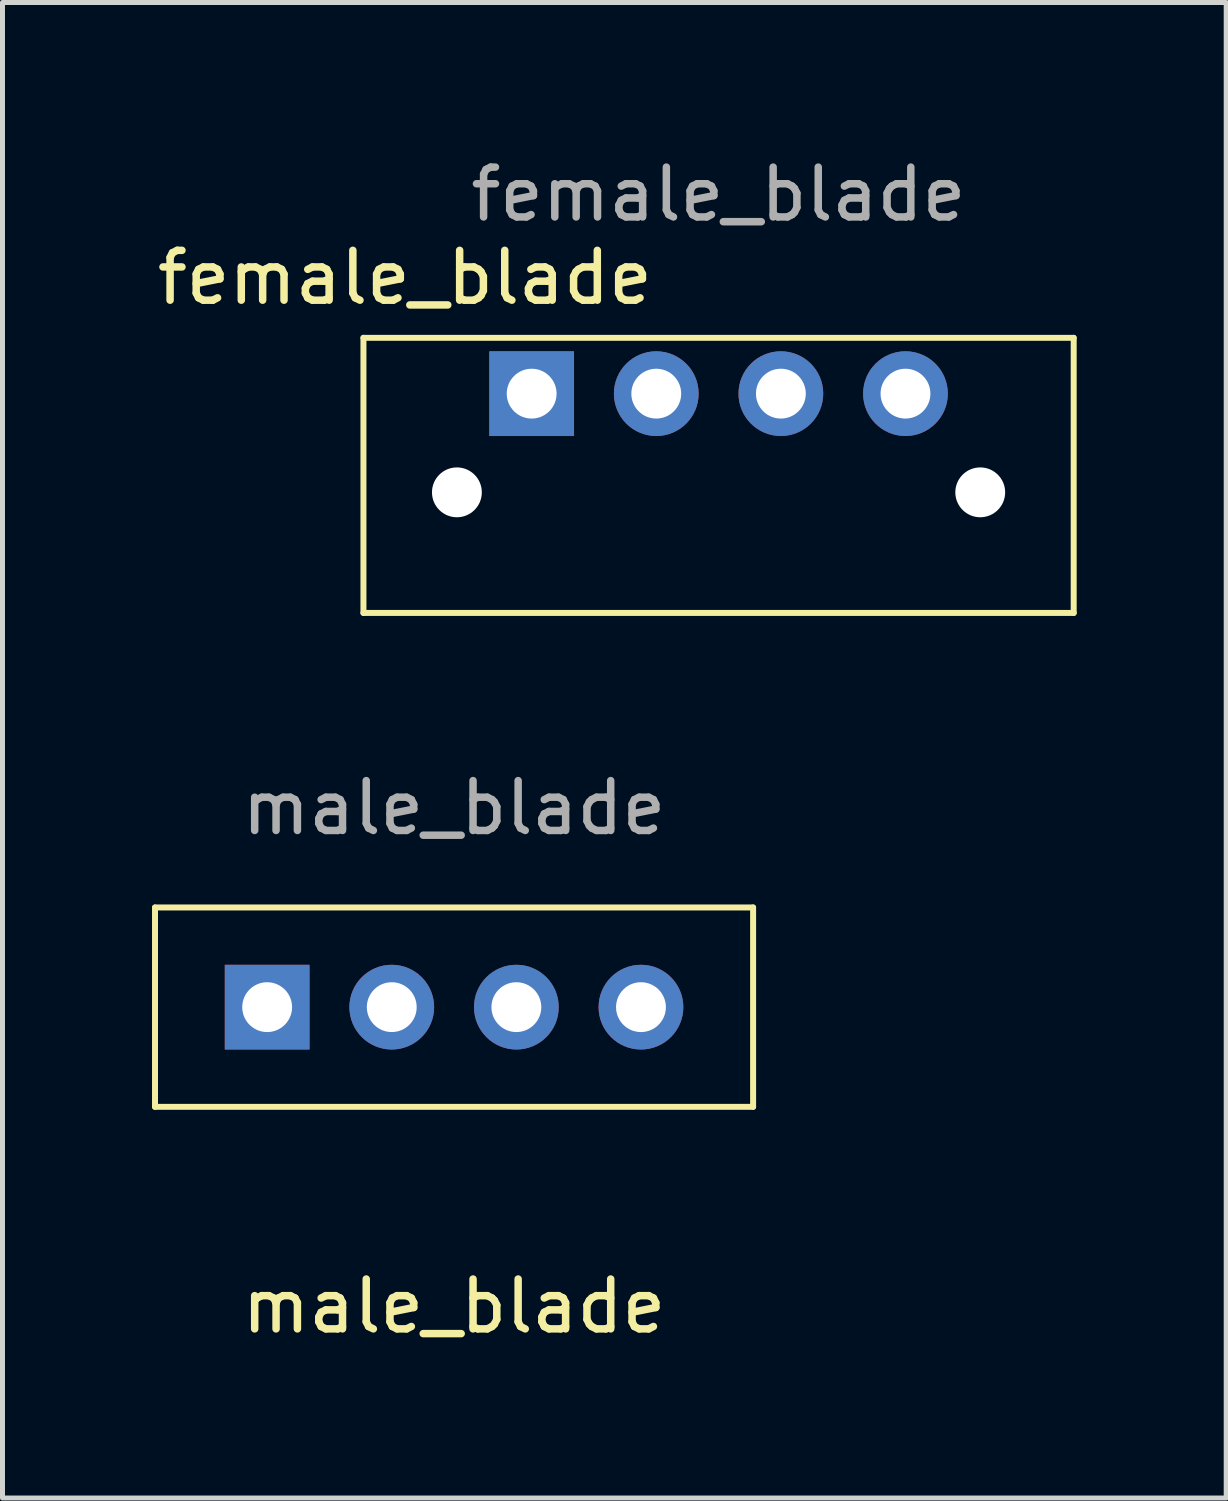
<source format=kicad_pcb>
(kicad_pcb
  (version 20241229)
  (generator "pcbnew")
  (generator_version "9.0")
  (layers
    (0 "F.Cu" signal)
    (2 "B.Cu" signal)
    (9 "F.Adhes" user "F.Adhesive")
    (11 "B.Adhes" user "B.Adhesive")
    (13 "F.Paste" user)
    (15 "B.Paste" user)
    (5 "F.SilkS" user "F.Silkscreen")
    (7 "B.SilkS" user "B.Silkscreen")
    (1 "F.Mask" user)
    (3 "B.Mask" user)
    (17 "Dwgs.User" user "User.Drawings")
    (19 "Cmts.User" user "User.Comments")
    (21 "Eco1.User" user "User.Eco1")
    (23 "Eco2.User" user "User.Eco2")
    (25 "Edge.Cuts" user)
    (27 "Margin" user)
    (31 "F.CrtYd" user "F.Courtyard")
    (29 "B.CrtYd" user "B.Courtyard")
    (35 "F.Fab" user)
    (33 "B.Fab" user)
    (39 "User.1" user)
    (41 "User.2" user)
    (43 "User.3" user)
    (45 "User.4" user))
  (footprint "male_blade"
    (layer "F.Cu")
    (at 6.06 17.157)
    (property "Reference" "male_blade" (at 0 6 180) (layer "F.SilkS") (effects (font (size 1 1) (thickness 0.15))))
    (attr through_hole)
    (fp_line (start -6 -2) (end 6 -2) (stroke (width 0.12) (type solid)) (layer "F.SilkS"))
    (fp_line (start -6 2) (end -6 -2) (stroke (width 0.12) (type solid)) (layer "F.SilkS"))
    (fp_line (start -6 2) (end 6 2) (stroke (width 0.12) (type solid)) (layer "F.SilkS"))
    (fp_line (start 6 2) (end 6 -2) (stroke (width 0.12) (type solid)) (layer "F.SilkS"))
    (fp_text user "${REFERENCE}" (at 0 -4 180) (layer "F.Fab") (effects (font (size 1 1) (thickness 0.15))))
    (pad "1" thru_hole rect (at -3.75 0 90) (size 1.7 1.7) (drill 1) (layers "*.Cu" "*.Mask"))
    (pad "2" thru_hole circle (at -1.25 0 90) (size 1.7 1.7) (drill 1) (layers "*.Cu" "*.Mask"))
    (pad "3" thru_hole circle (at 1.25 0 90) (size 1.7 1.7) (drill 1) (layers "*.Cu" "*.Mask"))
    (pad "4" thru_hole circle (at 3.75 0 90) (size 1.7 1.7) (drill 1) (layers "*.Cu" "*.Mask")))
  (footprint "female_blade"
    (layer "F.Cu")
    (at 11.367 4.848)
    (property "Reference" "female_blade" (at -6.29 -2.33 0) (layer "F.SilkS") (effects (font (size 1 1) (thickness 0.15))))
    (attr through_hole)
    (fp_line (start -7.125 -1.12) (end 7.125 -1.12) (stroke (width 0.12) (type solid)) (layer "F.SilkS"))
    (fp_line (start -7.125 4.4) (end -7.125 -1.12) (stroke (width 0.12) (type solid)) (layer "F.SilkS"))
    (fp_line (start -7.125 4.4) (end 7.125 4.4) (stroke (width 0.12) (type solid)) (layer "F.SilkS"))
    (fp_line (start 7.125 4.4) (end 7.125 -1.12) (stroke (width 0.12) (type solid)) (layer "F.SilkS"))
    (fp_text user "${REFERENCE}" (at 0 -4 180) (layer "F.Fab") (effects (font (size 1 1) (thickness 0.15))))
    (pad "" np_thru_hole circle (at -5.25 1.98 90) (size 1 1) (drill 1) (layers "*.Cu" "*.Mask"))
    (pad "" np_thru_hole circle (at 5.25 1.98 90) (size 1 1) (drill 1) (layers "*.Cu" "*.Mask"))
    (pad "1" thru_hole rect (at -3.75 0 90) (size 1.7 1.7) (drill 1) (layers "*.Cu" "*.Mask"))
    (pad "2" thru_hole circle (at -1.25 0 90) (size 1.7 1.7) (drill 1) (layers "*.Cu" "*.Mask"))
    (pad "3" thru_hole circle (at 1.25 0 90) (size 1.7 1.7) (drill 1) (layers "*.Cu" "*.Mask"))
    (pad "4" thru_hole circle (at 3.75 0 90) (size 1.7 1.7) (drill 1) (layers "*.Cu" "*.Mask")))
  (gr_rect
    (start -3 -3)
    (end 21.552 27.005)
    (stroke (width 0.1) (type default))
    (fill no)
    (layer "Edge.Cuts")))
</source>
